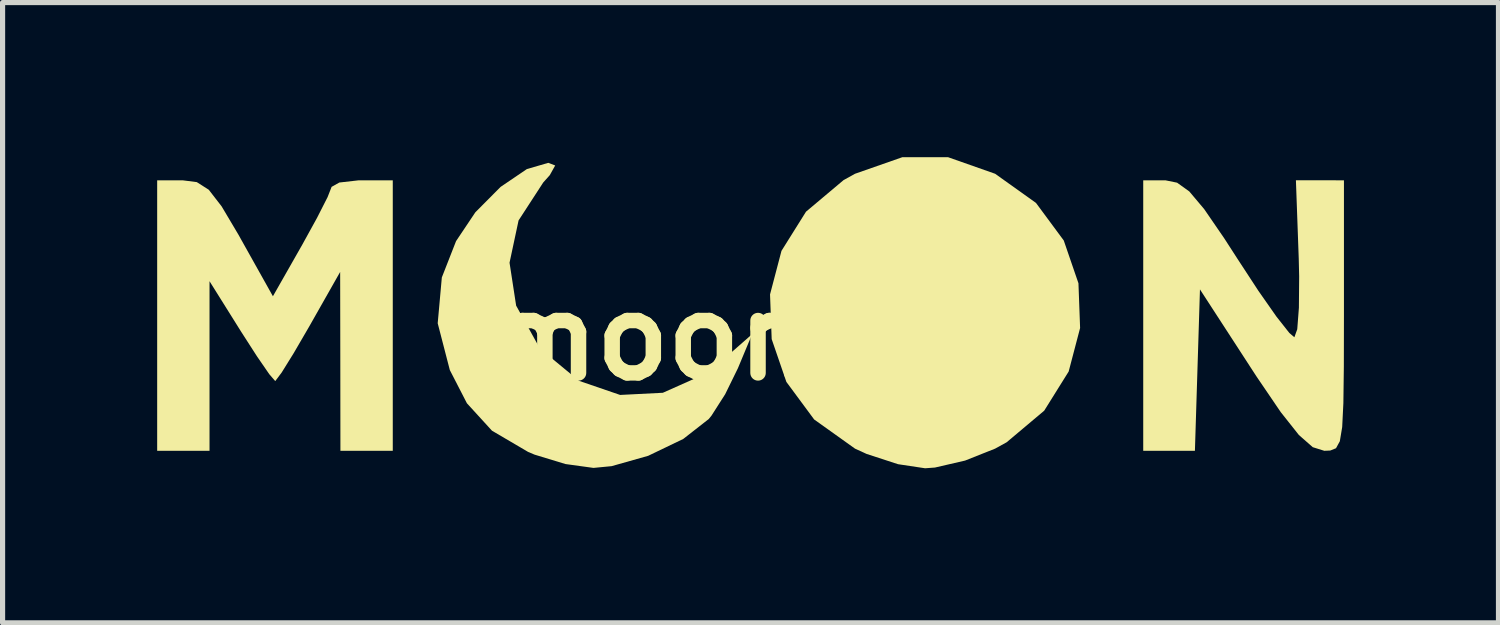
<source format=kicad_pcb>
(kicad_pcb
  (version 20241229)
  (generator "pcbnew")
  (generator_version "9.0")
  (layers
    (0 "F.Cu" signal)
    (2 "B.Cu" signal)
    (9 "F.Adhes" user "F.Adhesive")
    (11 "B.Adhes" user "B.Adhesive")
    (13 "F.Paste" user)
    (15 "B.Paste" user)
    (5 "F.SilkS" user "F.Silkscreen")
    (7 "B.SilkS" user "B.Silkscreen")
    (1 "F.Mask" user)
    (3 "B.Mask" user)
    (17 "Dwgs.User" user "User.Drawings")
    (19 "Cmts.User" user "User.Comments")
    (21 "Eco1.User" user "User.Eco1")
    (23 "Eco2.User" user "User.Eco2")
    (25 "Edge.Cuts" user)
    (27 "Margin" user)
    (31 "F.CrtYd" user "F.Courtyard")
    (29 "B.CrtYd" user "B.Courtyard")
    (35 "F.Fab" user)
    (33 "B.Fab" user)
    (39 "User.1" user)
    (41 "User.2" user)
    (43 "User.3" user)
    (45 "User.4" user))
  (footprint "moonMin"
    (layer "F.Cu")
    (at 11.515 3.497)
    (property "Reference" "moonMin" (at 0 0 0) (layer "F.SilkS") (effects (font (size 1.524 1.524) (thickness 0.3))))
    (attr board_only exclude_from_pos_files exclude_from_bom)
    (fp_poly (pts (xy 3.834 -3.496) (xy 4.746 -3.175) (xy 5.539 -2.609) (xy 6.078 -1.88) (xy 6.363 -1.05) (xy 6.395 -0.182) (xy 6.173 0.663) (xy 5.698 1.423) (xy 4.969 2.036) (xy 4.746 2.159) (xy 4.162 2.391) (xy 3.578 2.526) (xy 3.387 2.54) (xy 2.862 2.461) (xy 2.252 2.262) (xy 2.027 2.159) (xy 1.234 1.593) (xy 0.695 0.864) (xy 0.41 0.034) (xy 0.378 -0.834) (xy 0.6 -1.679) (xy 1.076 -2.439) (xy 1.805 -3.052) (xy 2.027 -3.175) (xy 2.947 -3.497)) (stroke (width 0) (type solid)) (fill yes) (layer "F.SilkS"))
    (fp_poly (pts (xy -10.746 -3.013) (xy -10.514 -2.865) (xy -10.264 -2.542) (xy -9.932 -1.983) (xy -9.899 -1.923) (xy -9.269 -0.798) (xy -8.701 -1.796) (xy -8.414 -2.317) (xy -8.208 -2.722) (xy -8.13 -2.921) (xy -7.98 -3.005) (xy -7.612 -3.047) (xy -7.535 -3.048) (xy -6.943 -3.048) (xy -6.943 2.201) (xy -7.959 2.201) (xy -7.961 0.466) (xy -7.964 -1.27) (xy -8.564 -0.212) (xy -8.865 0.305) (xy -9.099 0.682) (xy -9.221 0.845) (xy -9.225 0.847) (xy -9.339 0.715) (xy -9.578 0.368) (xy -9.89 -0.117) (xy -9.893 -0.122) (xy -10.499 -1.09) (xy -10.499 2.201) (xy -11.515 2.201) (xy -11.515 -3.048) (xy -11.021 -3.048)) (stroke (width 0) (type solid)) (fill yes) (layer "F.SilkS"))
    (fp_poly (pts (xy 11.515 -3.048) (xy 11.515 -0.423) (xy 11.513 0.57) (xy 11.504 1.275) (xy 11.481 1.74) (xy 11.435 2.016) (xy 11.361 2.151) (xy 11.25 2.196) (xy 11.134 2.201) (xy 10.91 2.131) (xy 10.641 1.895) (xy 10.289 1.451) (xy 9.817 0.757) (xy 9.737 0.634) (xy 8.721 -0.931) (xy 8.672 0.635) (xy 8.623 2.201) (xy 7.62 2.201) (xy 7.62 -3.048) (xy 8.051 -3.048) (xy 8.277 -3.002) (xy 8.514 -2.832) (xy 8.803 -2.489) (xy 9.191 -1.924) (xy 9.448 -1.526) (xy 9.856 -0.902) (xy 10.206 -0.402) (xy 10.456 -0.085) (xy 10.553 -0.002) (xy 10.609 -0.158) (xy 10.641 -0.576) (xy 10.646 -1.182) (xy 10.638 -1.524) (xy 10.583 -3.049)) (stroke (width 0) (type solid)) (fill yes) (layer "F.SilkS"))
    (fp_poly (pts (xy -3.791 -3.336) (xy -3.896 -3.148) (xy -4.023 -3.006) (xy -4.502 -2.269) (xy -4.677 -1.449) (xy -4.549 -0.616) (xy -4.118 0.162) (xy -4.038 0.257) (xy -3.327 0.844) (xy -2.531 1.117) (xy -1.702 1.075) (xy -0.892 0.714) (xy -0.574 0.469) (xy 0.03 -0.062) (xy -0.245 0.598) (xy -0.493 1.104) (xy -0.759 1.52) (xy -0.811 1.584) (xy -1.306 1.971) (xy -1.986 2.298) (xy -2.696 2.499) (xy -3.048 2.533) (xy -3.592 2.458) (xy -4.193 2.275) (xy -4.318 2.222) (xy -5.018 1.811) (xy -5.504 1.279) (xy -5.836 0.634) (xy -6.071 -0.274) (xy -5.991 -1.163) (xy -5.715 -1.868) (xy -5.34 -2.428) (xy -4.851 -2.92) (xy -4.341 -3.266) (xy -3.925 -3.387)) (stroke (width 0) (type solid)) (fill yes) (layer "F.SilkS")))
  (gr_rect
    (start -3 -3)
    (end 26.029 9.037)
    (stroke (width 0.1) (type default))
    (fill no)
    (layer "Edge.Cuts")))
</source>
